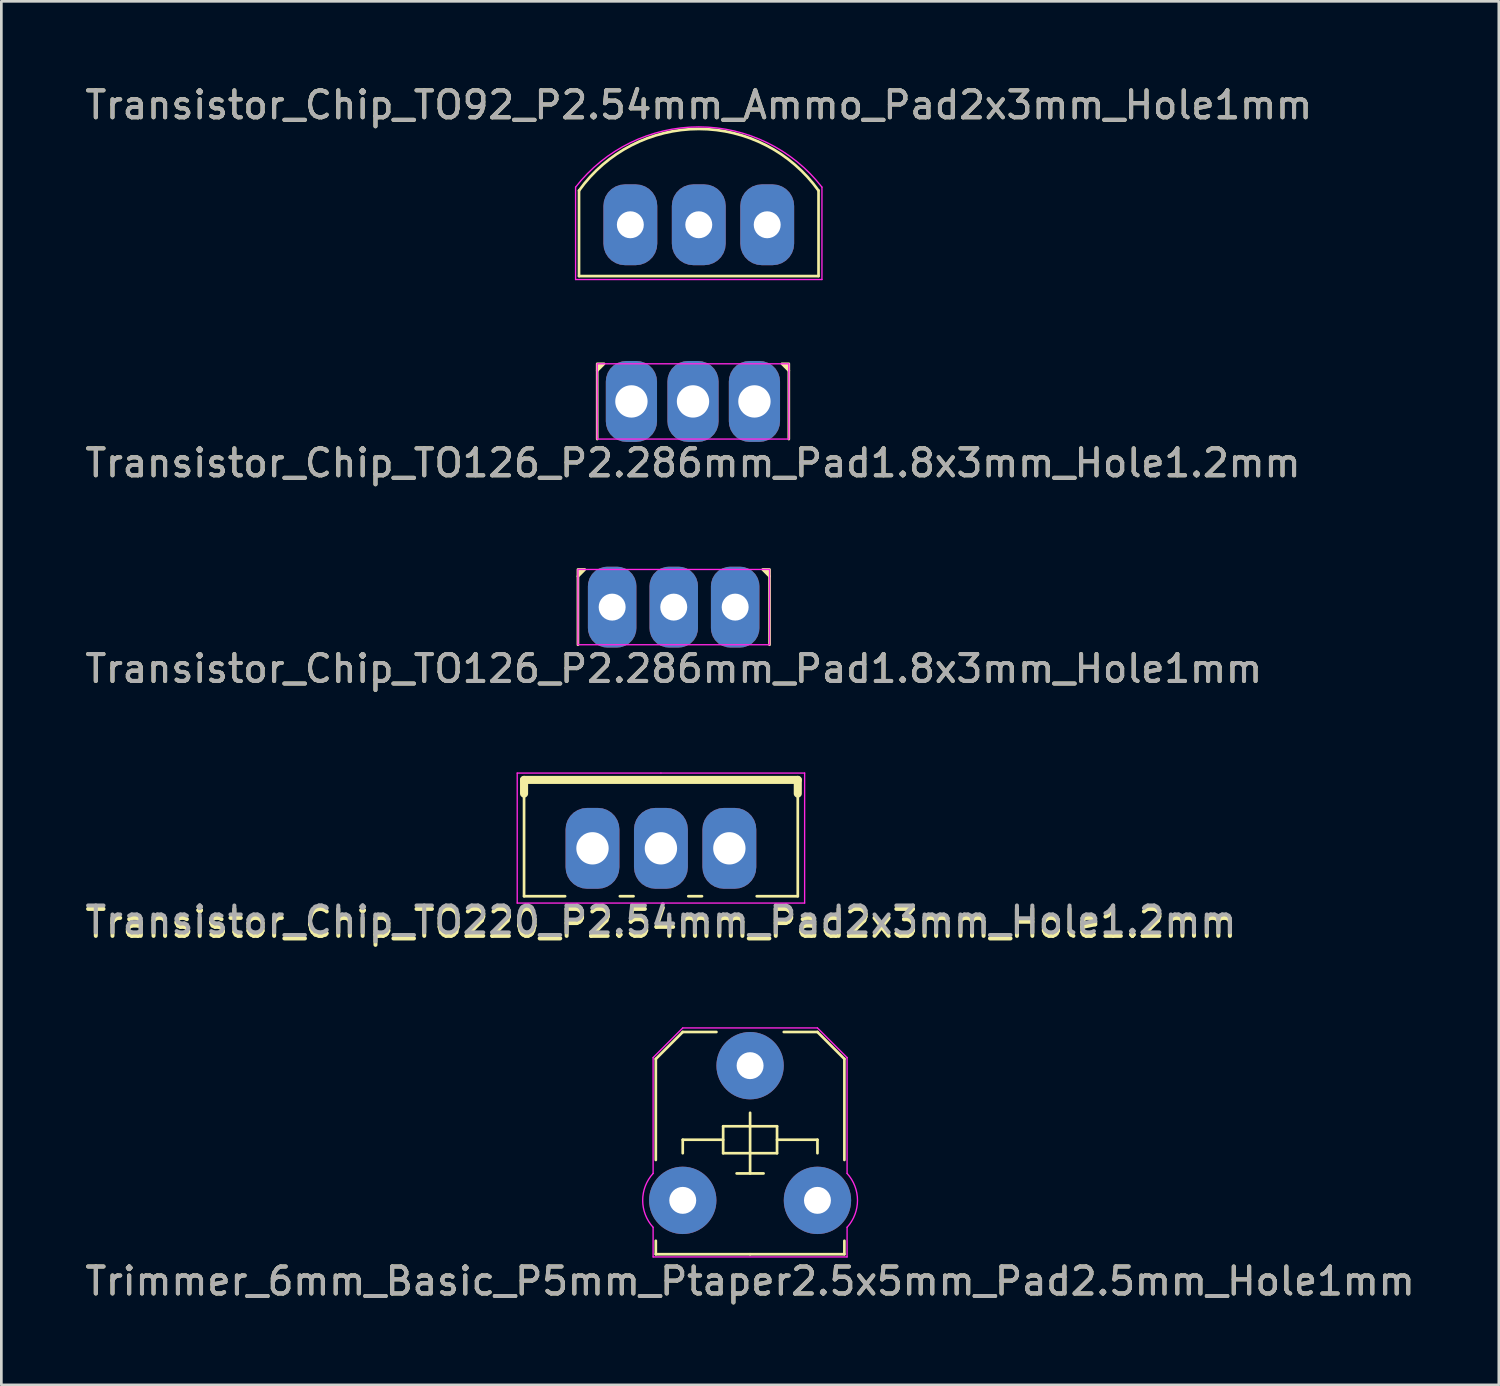
<source format=kicad_pcb>
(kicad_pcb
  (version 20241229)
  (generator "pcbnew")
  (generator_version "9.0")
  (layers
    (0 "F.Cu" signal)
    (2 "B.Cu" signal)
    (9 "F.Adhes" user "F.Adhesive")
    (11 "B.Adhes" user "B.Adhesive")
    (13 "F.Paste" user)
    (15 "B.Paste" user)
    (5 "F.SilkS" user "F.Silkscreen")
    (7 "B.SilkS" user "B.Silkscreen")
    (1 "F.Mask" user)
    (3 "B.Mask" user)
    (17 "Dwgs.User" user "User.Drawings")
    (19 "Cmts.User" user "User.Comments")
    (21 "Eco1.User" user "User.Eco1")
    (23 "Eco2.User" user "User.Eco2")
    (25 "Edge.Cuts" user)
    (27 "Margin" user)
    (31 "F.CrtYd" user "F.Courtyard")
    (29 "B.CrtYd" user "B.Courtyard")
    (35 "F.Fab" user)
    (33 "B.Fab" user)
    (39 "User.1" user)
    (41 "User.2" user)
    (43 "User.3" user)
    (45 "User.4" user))
  (footprint "Transistor_Chip_TO126_P2.286mm_Pad1.8x3mm_Hole1.2mm"
    (layer "F.Cu")
    (at 20.387 11.85)
    (property "Reference" "Transistor_Chip_TO126_P2.286mm_Pad1.8x3mm_Hole1.2mm" (at 2.286 2.286 0) (layer "F.SilkS") (effects (font (size 1 1) (thickness 0.15))))
    (attr through_hole)
    (fp_line (start -1.27 -1.143) (end -1.27 1.397) (stroke (width 0.1) (type default)) (layer "F.SilkS"))
    (fp_line (start 5.842 1.397) (end 5.842 -1.143) (stroke (width 0.1) (type default)) (layer "F.SilkS"))
    (fp_poly (pts (xy -1.27 -1.397) (xy -1.016 -1.397) (xy -1.27 -1.143)) (stroke (width 0.1) (type solid)) (fill yes) (layer "F.SilkS"))
    (fp_poly (pts (xy 5.842 -1.397) (xy 5.842 -1.143) (xy 5.588 -1.397)) (stroke (width 0.1) (type solid)) (fill yes) (layer "F.SilkS"))
    (fp_rect (start -1.27 -1.397) (end 5.842 1.397) (stroke (width 0.05) (type default)) (fill no) (layer "F.CrtYd"))
    (fp_text user "${REFERENCE}" (at 2.286 2.286 0) (unlocked yes) (layer "F.Fab") (effects (font (size 1 1) (thickness 0.15))))
    (pad "1" thru_hole roundrect (at 0 0) (size 1.9 3) (drill 1.2) (layers "*.Cu" "*.Mask") (roundrect_rratio 0.4))
    (pad "2" thru_hole roundrect (at 2.286 0) (size 1.9 3) (drill 1.2) (layers "*.Cu" "*.Mask") (roundrect_rratio 0.4))
    (pad "3" thru_hole roundrect (at 4.566 0) (size 1.9 3) (drill 1.2) (layers "*.Cu" "*.Mask") (roundrect_rratio 0.4)))
  (footprint "Transistor_Chip_TO220_P2.54mm_Pad2x3mm_Hole1.2mm"
    (layer "F.Cu")
    (at 18.942 28.438)
    (property "Reference" "Transistor_Chip_TO220_P2.54mm_Pad2x3mm_Hole1.2mm" (at 2.54 2.794 0) (layer "F.SilkS") (effects (font (size 1 1) (thickness 0.15))))
    (attr through_hole)
    (fp_line (start -2.54 -2.54) (end -2.54 -2.032) (stroke (width 0.3) (type default)) (layer "F.SilkS"))
    (fp_line (start -2.54 1.778) (end -2.54 -2.032) (stroke (width 0.1) (type default)) (layer "F.SilkS"))
    (fp_line (start -1.016 1.778) (end -2.54 1.778) (stroke (width 0.1) (type default)) (layer "F.SilkS"))
    (fp_line (start 1.524 1.778) (end 1.016 1.778) (stroke (width 0.1) (type default)) (layer "F.SilkS"))
    (fp_line (start 4.064 1.778) (end 3.556 1.778) (stroke (width 0.1) (type default)) (layer "F.SilkS"))
    (fp_line (start 7.62 -2.54) (end -2.54 -2.54) (stroke (width 0.3) (type default)) (layer "F.SilkS"))
    (fp_line (start 7.62 -2.54) (end 7.62 -2.032) (stroke (width 0.3) (type default)) (layer "F.SilkS"))
    (fp_line (start 7.62 1.778) (end 6.096 1.778) (stroke (width 0.1) (type default)) (layer "F.SilkS"))
    (fp_line (start 7.62 1.778) (end 7.62 -2.032) (stroke (width 0.1) (type default)) (layer "F.SilkS"))
    (fp_line (start -2.794 -2.794) (end -2.794 2.032) (stroke (width 0.05) (type default)) (layer "F.CrtYd"))
    (fp_line (start -2.794 2.032) (end 7.874 2.032) (stroke (width 0.05) (type default)) (layer "F.CrtYd"))
    (fp_line (start 2.54 -2.794) (end -2.794 -2.794) (stroke (width 0.05) (type default)) (layer "F.CrtYd"))
    (fp_line (start 7.874 -2.794) (end 2.54 -2.794) (stroke (width 0.05) (type default)) (layer "F.CrtYd"))
    (fp_line (start 7.874 2.032) (end 7.874 -2.794) (stroke (width 0.05) (type default)) (layer "F.CrtYd"))
    (fp_text user "${REFERENCE}" (at 2.54 2.667 0) (unlocked yes) (layer "F.Fab") (effects (font (size 1 1) (thickness 0.15))))
    (pad "1" thru_hole roundrect (at 0 0) (size 2 3) (drill 1.2) (layers "*.Cu" "*.Mask") (roundrect_rratio 0.4))
    (pad "2" thru_hole roundrect (at 2.54 0) (size 2 3) (drill 1.2) (layers "*.Cu" "*.Mask") (roundrect_rratio 0.4))
    (pad "3" thru_hole roundrect (at 5.08 0) (size 2 3) (drill 1.2) (layers "*.Cu" "*.Mask") (roundrect_rratio 0.4)))
  (footprint "Trimmer_6mm_Basic_P5mm_Ptaper2.5x5mm_Pad2.5mm_Hole1mm"
    (layer "F.Cu")
    (at 22.292 41.505)
    (property "Reference" "Trimmer_6mm_Basic_P5mm_Ptaper2.5x5mm_Pad2.5mm_Hole1mm" (at 2.5 3 0) (layer "F.SilkS") (effects (font (size 1 1) (thickness 0.15))))
    (attr through_hole)
    (fp_line (start -1 -5.25) (end 0 -6.25) (stroke (width 0.1) (type default)) (layer "F.SilkS"))
    (fp_line (start -1 -1.5) (end -1 -5.25) (stroke (width 0.1) (type default)) (layer "F.SilkS"))
    (fp_line (start -1 2) (end -1 1.5) (stroke (width 0.1) (type default)) (layer "F.SilkS"))
    (fp_line (start 0 -6.25) (end 1.25 -6.25) (stroke (width 0.1) (type default)) (layer "F.SilkS"))
    (fp_line (start 0 -2.25) (end 0 -1.75) (stroke (width 0.1) (type default)) (layer "F.SilkS"))
    (fp_line (start 1.5 -2.75) (end 3.5 -2.75) (stroke (width 0.1) (type default)) (layer "F.SilkS"))
    (fp_line (start 1.5 -2.25) (end 0 -2.25) (stroke (width 0.1) (type default)) (layer "F.SilkS"))
    (fp_line (start 1.5 -1.75) (end 1.5 -2.75) (stroke (width 0.1) (type default)) (layer "F.SilkS"))
    (fp_line (start 2 -1) (end 3 -1) (stroke (width 0.1) (type default)) (layer "F.SilkS"))
    (fp_line (start 2.5 -3.25) (end 2.5 -1) (stroke (width 0.1) (type default)) (layer "F.SilkS"))
    (fp_line (start 2.5 2) (end -1 2) (stroke (width 0.1) (type default)) (layer "F.SilkS"))
    (fp_line (start 2.5 2) (end 6 2) (stroke (width 0.1) (type default)) (layer "F.SilkS"))
    (fp_line (start 3.5 -2.75) (end 3.5 -1.75) (stroke (width 0.1) (type default)) (layer "F.SilkS"))
    (fp_line (start 3.5 -2.25) (end 5 -2.25) (stroke (width 0.1) (type default)) (layer "F.SilkS"))
    (fp_line (start 3.5 -1.75) (end 1.5 -1.75) (stroke (width 0.1) (type default)) (layer "F.SilkS"))
    (fp_line (start 3.75 -6.25) (end 5 -6.25) (stroke (width 0.1) (type default)) (layer "F.SilkS"))
    (fp_line (start 5 -2.25) (end 5 -1.75) (stroke (width 0.1) (type default)) (layer "F.SilkS"))
    (fp_line (start 6 -5.25) (end 5 -6.25) (stroke (width 0.1) (type default)) (layer "F.SilkS"))
    (fp_line (start 6 -1.5) (end 6 -5.25) (stroke (width 0.1) (type default)) (layer "F.SilkS"))
    (fp_line (start 6 2) (end 6 1.5) (stroke (width 0.1) (type default)) (layer "F.SilkS"))
    (fp_line (start -1.1 -5.3) (end -1.1 -1) (stroke (width 0.05) (type default)) (layer "F.CrtYd"))
    (fp_line (start -1.1 2.1) (end -1.1 1) (stroke (width 0.05) (type default)) (layer "F.CrtYd"))
    (fp_line (start -1.1 2.1) (end 6.1 2.1) (stroke (width 0.05) (type default)) (layer "F.CrtYd"))
    (fp_line (start 0 -6.4) (end -1.1 -5.3) (stroke (width 0.05) (type default)) (layer "F.CrtYd"))
    (fp_line (start 5 -6.4) (end 0 -6.4) (stroke (width 0.05) (type default)) (layer "F.CrtYd"))
    (fp_line (start 6.1 -5.3) (end 5 -6.4) (stroke (width 0.05) (type default)) (layer "F.CrtYd"))
    (fp_line (start 6.1 -5.3) (end 6.1 -5.3) (stroke (width 0.05) (type default)) (layer "F.CrtYd"))
    (fp_line (start 6.1 -1) (end 6.1 -5.3) (stroke (width 0.05) (type default)) (layer "F.CrtYd"))
    (fp_line (start 6.1 2.1) (end 6.1 1) (stroke (width 0.05) (type default)) (layer "F.CrtYd"))
    (fp_arc (start -1.099999 0.999999) (mid -1.486605 0) (end -1.099999 -0.999999) (stroke (width 0.05) (type default)) (layer "F.CrtYd"))
    (fp_arc (start 6.099999 -0.999999) (mid 6.486605 0) (end 6.099999 0.999999) (stroke (width 0.05) (type default)) (layer "F.CrtYd"))
    (fp_text user "${REFERENCE}" (at 2.5 3 0) (layer "F.Fab") (effects (font (size 1 1) (thickness 0.15))))
    (pad "1" thru_hole circle (at 0 0) (size 2.5 2.5) (drill 1) (layers "*.Cu" "*.Mask"))
    (pad "2" thru_hole circle (at 2.5 -5) (size 2.5 2.5) (drill 1) (layers "*.Cu" "*.Mask"))
    (pad "3" thru_hole circle (at 5 0) (size 2.5 2.5) (drill 1) (layers "*.Cu" "*.Mask")))
  (footprint "Transistor_Chip_TO92_P2.54mm_Ammo_Pad2x3mm_Hole1mm"
    (layer "F.Cu")
    (at 20.347 5.293)
    (property "Reference" "Transistor_Chip_TO92_P2.54mm_Ammo_Pad2x3mm_Hole1mm" (at 2.54 -4.445 0) (layer "F.SilkS") (effects (font (size 1 1) (thickness 0.15))))
    (attr through_hole)
    (fp_line (start -1.905 -1.27) (end -1.905 1.905) (stroke (width 0.1) (type default)) (layer "F.SilkS"))
    (fp_line (start -1.905 1.905) (end 6.985 1.905) (stroke (width 0.1) (type default)) (layer "F.SilkS"))
    (fp_line (start 6.985 1.905) (end 6.985 -1.27) (stroke (width 0.1) (type default)) (layer "F.SilkS"))
    (fp_arc (start -1.903798 -1.269141) (mid 2.54 -3.556) (end 6.983798 -1.269141) (stroke (width 0.1) (type default)) (layer "F.SilkS"))
    (fp_line (start -2.032 -1.397) (end -2.032 2.032) (stroke (width 0.05) (type default)) (layer "F.CrtYd"))
    (fp_line (start -2.032 2.032) (end 7.112 2.032) (stroke (width 0.05) (type default)) (layer "F.CrtYd"))
    (fp_line (start 7.112 2.032) (end 7.112 -1.397) (stroke (width 0.05) (type default)) (layer "F.CrtYd"))
    (fp_arc (start -2.032 -1.397) (mid 2.54 -3.633091) (end 7.112 -1.397) (stroke (width 0.05) (type default)) (layer "F.CrtYd"))
    (fp_text user "${REFERENCE}" (at 2.54 -4.445 0) (unlocked yes) (layer "F.Fab") (effects (font (size 1 1) (thickness 0.15))))
    (pad "1" thru_hole roundrect (at 0 0) (size 2 3) (drill 1) (layers "*.Cu" "*.Mask") (roundrect_rratio 0.4))
    (pad "2" thru_hole roundrect (at 2.54 0) (size 2 3) (drill 1) (layers "*.Cu" "*.Mask") (roundrect_rratio 0.4))
    (pad "3" thru_hole roundrect (at 5.08 0) (size 2 3) (drill 1) (layers "*.Cu" "*.Mask") (roundrect_rratio 0.4)))
  (footprint "Transistor_Chip_TO126_P2.286mm_Pad1.8x3mm_Hole1mm"
    (layer "F.Cu")
    (at 19.672 19.485)
    (property "Reference" "Transistor_Chip_TO126_P2.286mm_Pad1.8x3mm_Hole1mm" (at 2.286 2.286 0) (layer "F.SilkS") (effects (font (size 1 1) (thickness 0.15))))
    (attr through_hole)
    (fp_line (start -1.27 -1.143) (end -1.27 1.397) (stroke (width 0.1) (type default)) (layer "F.SilkS"))
    (fp_line (start 5.842 1.397) (end 5.842 -1.143) (stroke (width 0.1) (type default)) (layer "F.SilkS"))
    (fp_poly (pts (xy -1.27 -1.397) (xy -1.016 -1.397) (xy -1.27 -1.143)) (stroke (width 0.1) (type solid)) (fill yes) (layer "F.SilkS"))
    (fp_poly (pts (xy 5.842 -1.397) (xy 5.842 -1.143) (xy 5.588 -1.397)) (stroke (width 0.1) (type solid)) (fill yes) (layer "F.SilkS"))
    (fp_rect (start -1.27 -1.397) (end 5.842 1.397) (stroke (width 0.05) (type default)) (fill no) (layer "F.CrtYd"))
    (fp_text user "${REFERENCE}" (at 2.286 2.286 0) (unlocked yes) (layer "F.Fab") (effects (font (size 1 1) (thickness 0.15))))
    (pad "1" thru_hole roundrect (at 0 0) (size 1.8 3) (drill 1) (layers "*.Cu" "*.Mask") (roundrect_rratio 0.4))
    (pad "2" thru_hole roundrect (at 2.286 0) (size 1.8 3) (drill 1) (layers "*.Cu" "*.Mask") (roundrect_rratio 0.4))
    (pad "3" thru_hole roundrect (at 4.566 0) (size 1.8 3) (drill 1) (layers "*.Cu" "*.Mask") (roundrect_rratio 0.4)))
  (gr_rect
    (start -3 -3)
    (end 52.583 48.353)
    (stroke (width 0.1) (type default))
    (fill no)
    (layer "Edge.Cuts")))
</source>
